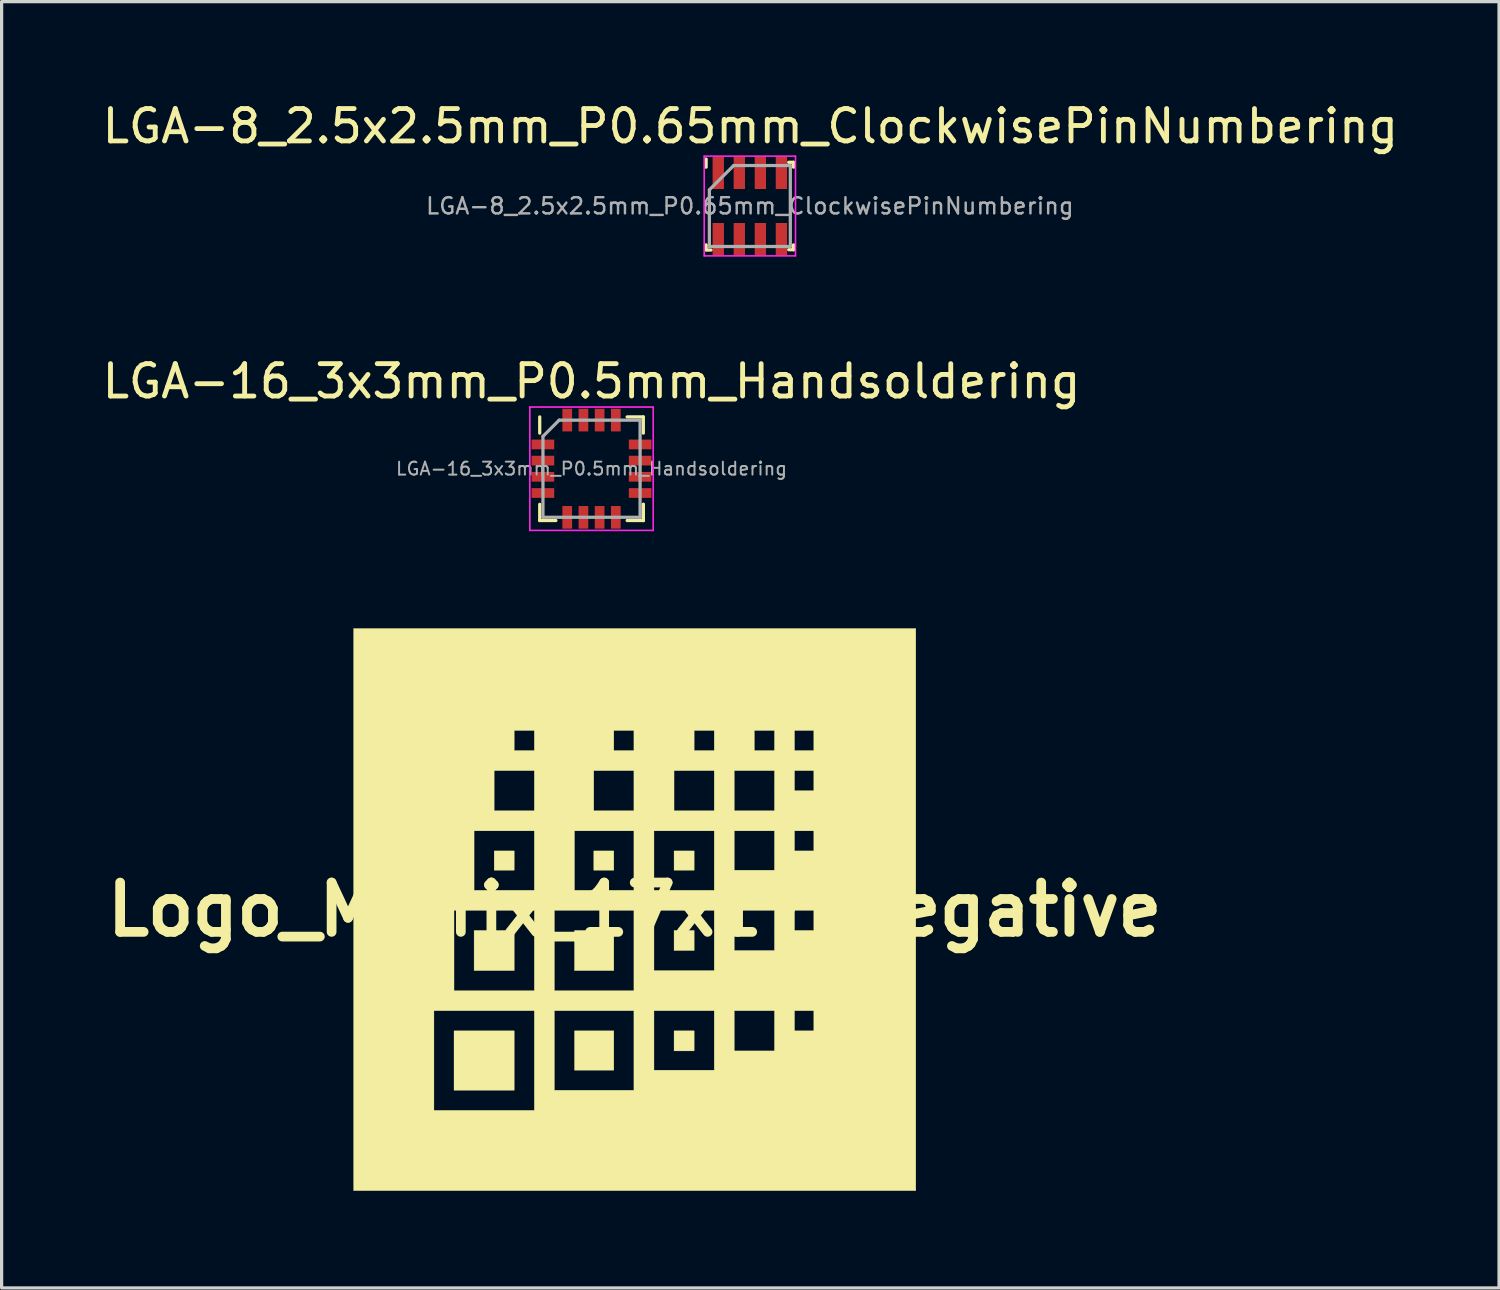
<source format=kicad_pcb>
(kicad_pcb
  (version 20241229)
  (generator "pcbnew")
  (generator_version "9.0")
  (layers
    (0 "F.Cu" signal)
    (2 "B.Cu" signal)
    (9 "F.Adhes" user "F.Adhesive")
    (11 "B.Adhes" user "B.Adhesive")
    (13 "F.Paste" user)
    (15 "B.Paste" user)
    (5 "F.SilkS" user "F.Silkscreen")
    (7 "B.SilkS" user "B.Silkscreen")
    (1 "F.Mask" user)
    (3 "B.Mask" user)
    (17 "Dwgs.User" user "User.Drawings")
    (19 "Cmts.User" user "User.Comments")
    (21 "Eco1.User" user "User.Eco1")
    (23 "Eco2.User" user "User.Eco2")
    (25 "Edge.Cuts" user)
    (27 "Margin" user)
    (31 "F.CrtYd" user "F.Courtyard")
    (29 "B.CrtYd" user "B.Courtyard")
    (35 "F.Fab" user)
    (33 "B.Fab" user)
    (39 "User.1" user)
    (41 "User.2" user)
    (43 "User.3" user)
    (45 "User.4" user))
  (footprint "LGA-16_3x3mm_P0.5mm_Handsoldering"
    (layer "F.Cu")
    (at 15.22 11.427)
    (property "Reference" "LGA-16_3x3mm_P0.5mm_Handsoldering" (at 0 -2.7 0) (layer "F.SilkS") (effects (font (size 1 1) (thickness 0.15))))
    (attr smd)
    (fp_line (start -1.6 -1.6) (end -1.6 -1.1) (stroke (width 0.1) (type solid)) (layer "F.SilkS"))
    (fp_line (start -1.6 1.6) (end -1.6 1.1) (stroke (width 0.1) (type solid)) (layer "F.SilkS"))
    (fp_line (start -1.6 1.6) (end -1.1 1.6) (stroke (width 0.1) (type solid)) (layer "F.SilkS"))
    (fp_line (start 1.1 -1.6) (end 1.6 -1.6) (stroke (width 0.1) (type solid)) (layer "F.SilkS"))
    (fp_line (start 1.6 -1.6) (end 1.6 -1.1) (stroke (width 0.1) (type solid)) (layer "F.SilkS"))
    (fp_line (start 1.6 1.1) (end 1.6 1.6) (stroke (width 0.1) (type solid)) (layer "F.SilkS"))
    (fp_line (start 1.6 1.6) (end 1.1 1.6) (stroke (width 0.1) (type solid)) (layer "F.SilkS"))
    (fp_line (start 1.6 1.6) (end 1.6 1.1) (stroke (width 0.1) (type solid)) (layer "F.SilkS"))
    (fp_line (start -1.905 -1.905) (end 1.905 -1.905) (stroke (width 0.05) (type solid)) (layer "F.CrtYd"))
    (fp_line (start -1.905 1.905) (end -1.905 -1.905) (stroke (width 0.05) (type solid)) (layer "F.CrtYd"))
    (fp_line (start 1.905 -1.905) (end 1.905 1.905) (stroke (width 0.05) (type solid)) (layer "F.CrtYd"))
    (fp_line (start 1.905 1.905) (end -1.905 1.905) (stroke (width 0.05) (type solid)) (layer "F.CrtYd"))
    (fp_line (start -1.5 -1) (end -1 -1.5) (stroke (width 0.1) (type solid)) (layer "F.Fab"))
    (fp_line (start -1.5 1.5) (end -1.5 -1) (stroke (width 0.1) (type solid)) (layer "F.Fab"))
    (fp_line (start -1 -1.5) (end 1.5 -1.5) (stroke (width 0.1) (type solid)) (layer "F.Fab"))
    (fp_line (start 1.5 -1.5) (end 1.5 1.5) (stroke (width 0.1) (type solid)) (layer "F.Fab"))
    (fp_line (start 1.5 1.5) (end -1.5 1.5) (stroke (width 0.1) (type solid)) (layer "F.Fab"))
    (fp_text user "${REFERENCE}" (at 0 0 180) (layer "F.Fab") (effects (font (size 0.4 0.4) (thickness 0.06))))
    (pad "1" smd rect (at -1.502 -0.75 90) (size 0.3 0.7) (layers "F.Cu" "F.Mask" "F.Paste"))
    (pad "2" smd rect (at -1.502 -0.25 90) (size 0.3 0.7) (layers "F.Cu" "F.Mask" "F.Paste"))
    (pad "3" smd rect (at -1.502 0.25 90) (size 0.3 0.7) (layers "F.Cu" "F.Mask" "F.Paste"))
    (pad "4" smd rect (at -1.502 0.75 90) (size 0.3 0.7) (layers "F.Cu" "F.Mask" "F.Paste"))
    (pad "5" smd rect (at -0.75 1.502) (size 0.3 0.7) (layers "F.Cu" "F.Mask" "F.Paste"))
    (pad "6" smd rect (at -0.25 1.502) (size 0.3 0.7) (layers "F.Cu" "F.Mask" "F.Paste"))
    (pad "7" smd rect (at 0.25 1.502) (size 0.3 0.7) (layers "F.Cu" "F.Mask" "F.Paste"))
    (pad "8" smd rect (at 0.75 1.502) (size 0.3 0.7) (layers "F.Cu" "F.Mask" "F.Paste"))
    (pad "9" smd rect (at 1.502 0.75 90) (size 0.3 0.7) (layers "F.Cu" "F.Mask" "F.Paste"))
    (pad "10" smd rect (at 1.502 0.25 90) (size 0.3 0.7) (layers "F.Cu" "F.Mask" "F.Paste"))
    (pad "11" smd rect (at 1.502 -0.25 90) (size 0.3 0.7) (layers "F.Cu" "F.Mask" "F.Paste"))
    (pad "12" smd rect (at 1.502 -0.75 90) (size 0.3 0.7) (layers "F.Cu" "F.Mask" "F.Paste"))
    (pad "13" smd rect (at 0.75 -1.502) (size 0.3 0.7) (layers "F.Cu" "F.Mask" "F.Paste"))
    (pad "14" smd rect (at 0.25 -1.502) (size 0.3 0.7) (layers "F.Cu" "F.Mask" "F.Paste"))
    (pad "15" smd rect (at -0.25 -1.502) (size 0.3 0.7) (layers "F.Cu" "F.Mask" "F.Paste"))
    (pad "16" smd rect (at -0.75 -1.502) (size 0.3 0.7) (layers "F.Cu" "F.Mask" "F.Paste")))
  (footprint "Logo_Matrix_17x17_Negative"
    (layer "F.Cu")
    (at 16.554 25.043)
    (property "Reference" "Logo_Matrix_17x17_Negative" (at 0 0 0) (layer "F.SilkS") (effects (font (size 1.524 1.524) (thickness 0.3))))
    (attr through_hole)
    (fp_poly (pts (xy -3.721 -1.215) (xy -4.341 -1.215) (xy -4.341 -1.811) (xy -3.721 -1.811) (xy -3.721 -1.215)) (stroke (width 0.01) (type solid)) (fill yes) (layer "F.SilkS"))
    (fp_poly (pts (xy -3.721 1.885) (xy -4.961 1.885) (xy -4.961 0.645) (xy -3.721 0.645) (xy -3.721 1.885)) (stroke (width 0.01) (type solid)) (fill yes) (layer "F.SilkS"))
    (fp_poly (pts (xy -3.721 5.581) (xy -5.581 5.581) (xy -5.581 3.746) (xy -3.721 3.746) (xy -3.721 5.581)) (stroke (width 0.01) (type solid)) (fill yes) (layer "F.SilkS"))
    (fp_poly (pts (xy -0.645 -1.215) (xy -1.265 -1.215) (xy -1.265 -1.811) (xy -0.645 -1.811) (xy -0.645 -1.215)) (stroke (width 0.01) (type solid)) (fill yes) (layer "F.SilkS"))
    (fp_poly (pts (xy -0.645 1.885) (xy -1.86 1.885) (xy -1.86 0.645) (xy -0.645 0.645) (xy -0.645 1.885)) (stroke (width 0.01) (type solid)) (fill yes) (layer "F.SilkS"))
    (fp_poly (pts (xy -0.645 4.961) (xy -1.86 4.961) (xy -1.86 3.746) (xy -0.645 3.746) (xy -0.645 4.961)) (stroke (width 0.01) (type solid)) (fill yes) (layer "F.SilkS"))
    (fp_poly (pts (xy 1.836 -1.215) (xy 1.215 -1.215) (xy 1.215 -1.811) (xy 1.836 -1.811) (xy 1.836 -1.215)) (stroke (width 0.01) (type solid)) (fill yes) (layer "F.SilkS"))
    (fp_poly (pts (xy 1.836 1.265) (xy 1.215 1.265) (xy 1.215 0.645) (xy 1.836 0.645) (xy 1.836 1.265)) (stroke (width 0.01) (type solid)) (fill yes) (layer "F.SilkS"))
    (fp_poly (pts (xy 1.836 4.366) (xy 1.215 4.366) (xy 1.215 3.746) (xy 1.836 3.746) (xy 1.836 4.366)) (stroke (width 0.01) (type solid)) (fill yes) (layer "F.SilkS"))
    (fp_poly (pts (xy 8.682 8.682) (xy -8.682 8.682) (xy -8.682 3.125) (xy -6.201 3.125) (xy -6.201 6.201) (xy -3.101 6.201) (xy -3.101 3.125) (xy -2.48 3.125) (xy -2.48 5.581) (xy -0.025 5.581) (xy -0.025 3.125) (xy 0.595 3.125) (xy 0.595 4.961) (xy 2.456 4.961) (xy 2.456 3.125) (xy 3.076 3.125) (xy 3.076 4.366) (xy 4.316 4.366) (xy 4.316 3.125) (xy 4.936 3.125) (xy 4.936 3.746) (xy 5.531 3.746) (xy 5.531 3.125) (xy 4.936 3.125) (xy 4.316 3.125) (xy 3.076 3.125) (xy 2.456 3.125) (xy 0.595 3.125) (xy -0.025 3.125) (xy -2.48 3.125) (xy -3.101 3.125) (xy -6.201 3.125) (xy -8.682 3.125) (xy -8.682 0.025) (xy -5.581 0.025) (xy -5.581 2.505) (xy -3.101 2.505) (xy -3.101 0.025) (xy -2.48 0.025) (xy -2.48 2.505) (xy -0.025 2.505) (xy -0.025 0.025) (xy 0.595 0.025) (xy 0.595 1.885) (xy 2.456 1.885) (xy 2.456 0.025) (xy 3.076 0.025) (xy 3.076 1.265) (xy 4.316 1.265) (xy 4.316 0.025) (xy 4.936 0.025) (xy 4.936 0.645) (xy 5.531 0.645) (xy 5.531 0.025) (xy 4.936 0.025) (xy 4.316 0.025) (xy 3.076 0.025) (xy 2.456 0.025) (xy 0.595 0.025) (xy -0.025 0.025) (xy -2.48 0.025) (xy -3.101 0.025) (xy -5.581 0.025) (xy -8.682 0.025) (xy -8.682 -2.431) (xy -4.961 -2.431) (xy -4.961 -0.595) (xy -3.101 -0.595) (xy -3.101 -2.431) (xy -1.86 -2.431) (xy -1.86 -0.595) (xy -0.025 -0.595) (xy -0.025 -2.431) (xy 0.595 -2.431) (xy 0.595 -0.595) (xy 2.456 -0.595) (xy 2.456 -2.431) (xy 3.076 -2.431) (xy 3.076 -1.215) (xy 4.316 -1.215) (xy 4.316 -2.431) (xy 4.936 -2.431) (xy 4.936 -1.811) (xy 5.531 -1.811) (xy 5.531 -2.431) (xy 4.936 -2.431) (xy 4.316 -2.431) (xy 3.076 -2.431) (xy 2.456 -2.431) (xy 0.595 -2.431) (xy -0.025 -2.431) (xy -1.86 -2.431) (xy -3.101 -2.431) (xy -4.961 -2.431) (xy -8.682 -2.431) (xy -8.682 -4.291) (xy -4.341 -4.291) (xy -4.341 -3.051) (xy -3.101 -3.051) (xy -3.101 -4.291) (xy -1.265 -4.291) (xy -1.265 -3.051) (xy -0.025 -3.051) (xy -0.025 -4.291) (xy 1.215 -4.291) (xy 1.215 -3.051) (xy 2.456 -3.051) (xy 2.456 -4.291) (xy 3.076 -4.291) (xy 3.076 -3.051) (xy 4.316 -3.051) (xy 4.316 -4.291) (xy 4.936 -4.291) (xy 4.936 -3.671) (xy 5.531 -3.671) (xy 5.531 -4.291) (xy 4.936 -4.291) (xy 4.316 -4.291) (xy 3.076 -4.291) (xy 2.456 -4.291) (xy 1.215 -4.291) (xy -0.025 -4.291) (xy -1.265 -4.291) (xy -3.101 -4.291) (xy -4.341 -4.291) (xy -8.682 -4.291) (xy -8.682 -5.531) (xy -3.721 -5.531) (xy -3.721 -4.911) (xy -3.101 -4.911) (xy -3.101 -5.531) (xy -0.645 -5.531) (xy -0.645 -4.911) (xy -0.025 -4.911) (xy -0.025 -5.531) (xy 1.836 -5.531) (xy 1.836 -4.911) (xy 2.456 -4.911) (xy 2.456 -5.531) (xy 3.696 -5.531) (xy 3.696 -4.911) (xy 4.316 -4.911) (xy 4.316 -5.531) (xy 4.936 -5.531) (xy 4.936 -4.911) (xy 5.531 -4.911) (xy 5.531 -5.531) (xy 4.936 -5.531) (xy 4.316 -5.531) (xy 3.696 -5.531) (xy 2.456 -5.531) (xy 1.836 -5.531) (xy -0.025 -5.531) (xy -0.645 -5.531) (xy -3.101 -5.531) (xy -3.721 -5.531) (xy -8.682 -5.531) (xy -8.682 -8.682) (xy 8.682 -8.682) (xy 8.682 8.682)) (stroke (width 0.01) (type solid)) (fill yes) (layer "F.SilkS")))
  (footprint "LGA-8_2.5x2.5mm_P0.65mm_ClockwisePinNumbering"
    (layer "F.Cu")
    (at 20.11 3.313)
    (property "Reference" "LGA-8_2.5x2.5mm_P0.65mm_ClockwisePinNumbering" (at 0.015 -2.465 0) (layer "F.SilkS") (effects (font (size 1 1) (thickness 0.15))))
    (attr smd)
    (fp_line (start -1.35 -1.2) (end -1.35 -1.45) (stroke (width 0.1) (type solid)) (layer "F.SilkS"))
    (fp_line (start -1.35 1.35) (end -1.35 1.2) (stroke (width 0.1) (type solid)) (layer "F.SilkS"))
    (fp_line (start -1.35 1.36) (end -1.2 1.36) (stroke (width 0.1) (type solid)) (layer "F.SilkS"))
    (fp_line (start 1.2 -1.35) (end 1.35 -1.35) (stroke (width 0.1) (type solid)) (layer "F.SilkS"))
    (fp_line (start 1.35 -1.35) (end 1.35 -1.2) (stroke (width 0.1) (type solid)) (layer "F.SilkS"))
    (fp_line (start 1.35 1.35) (end 1.2 1.35) (stroke (width 0.1) (type solid)) (layer "F.SilkS"))
    (fp_line (start 1.35 1.35) (end 1.35 1.2) (stroke (width 0.1) (type solid)) (layer "F.SilkS"))
    (fp_line (start -1.41 -1.54) (end 1.41 -1.54) (stroke (width 0.05) (type solid)) (layer "F.CrtYd"))
    (fp_line (start -1.41 1.54) (end -1.41 -1.54) (stroke (width 0.05) (type solid)) (layer "F.CrtYd"))
    (fp_line (start 1.41 -1.54) (end 1.41 1.54) (stroke (width 0.05) (type solid)) (layer "F.CrtYd"))
    (fp_line (start 1.41 1.54) (end -1.41 1.54) (stroke (width 0.05) (type solid)) (layer "F.CrtYd"))
    (fp_line (start -1.25 -0.5) (end -0.5 -1.25) (stroke (width 0.1) (type solid)) (layer "F.Fab"))
    (fp_line (start -1.25 1.25) (end -1.25 -0.5) (stroke (width 0.1) (type solid)) (layer "F.Fab"))
    (fp_line (start -0.5 -1.25) (end 1.25 -1.25) (stroke (width 0.1) (type solid)) (layer "F.Fab"))
    (fp_line (start 1.25 -1.25) (end 1.25 1.25) (stroke (width 0.1) (type solid)) (layer "F.Fab"))
    (fp_line (start 1.25 1.25) (end -1.25 1.25) (stroke (width 0.1) (type solid)) (layer "F.Fab"))
    (fp_text user "${REFERENCE}" (at 0 0 180) (layer "F.Fab") (effects (font (size 0.5 0.5) (thickness 0.075))))
    (pad "1" smd rect (at -0.975 -1.025 90) (size 1 0.35) (layers "F.Cu" "F.Mask" "F.Paste"))
    (pad "2" smd rect (at -0.325 -1.025 90) (size 1 0.35) (layers "F.Cu" "F.Mask" "F.Paste"))
    (pad "3" smd rect (at 0.325 -1.025 90) (size 1 0.35) (layers "F.Cu" "F.Mask" "F.Paste"))
    (pad "4" smd rect (at 0.975 -1.025 90) (size 1 0.35) (layers "F.Cu" "F.Mask" "F.Paste"))
    (pad "5" smd rect (at 0.975 1.025 90) (size 1 0.35) (layers "F.Cu" "F.Mask" "F.Paste"))
    (pad "6" smd rect (at 0.325 1.025 90) (size 1 0.35) (layers "F.Cu" "F.Mask" "F.Paste"))
    (pad "7" smd rect (at -0.325 1.025 90) (size 1 0.35) (layers "F.Cu" "F.Mask" "F.Paste"))
    (pad "8" smd rect (at -0.975 1.025 90) (size 1 0.35) (layers "F.Cu" "F.Mask" "F.Paste")))
  (gr_rect
    (start -3 -3)
    (end 43.25 36.73)
    (stroke (width 0.1) (type default))
    (fill no)
    (layer "Edge.Cuts")))
</source>
